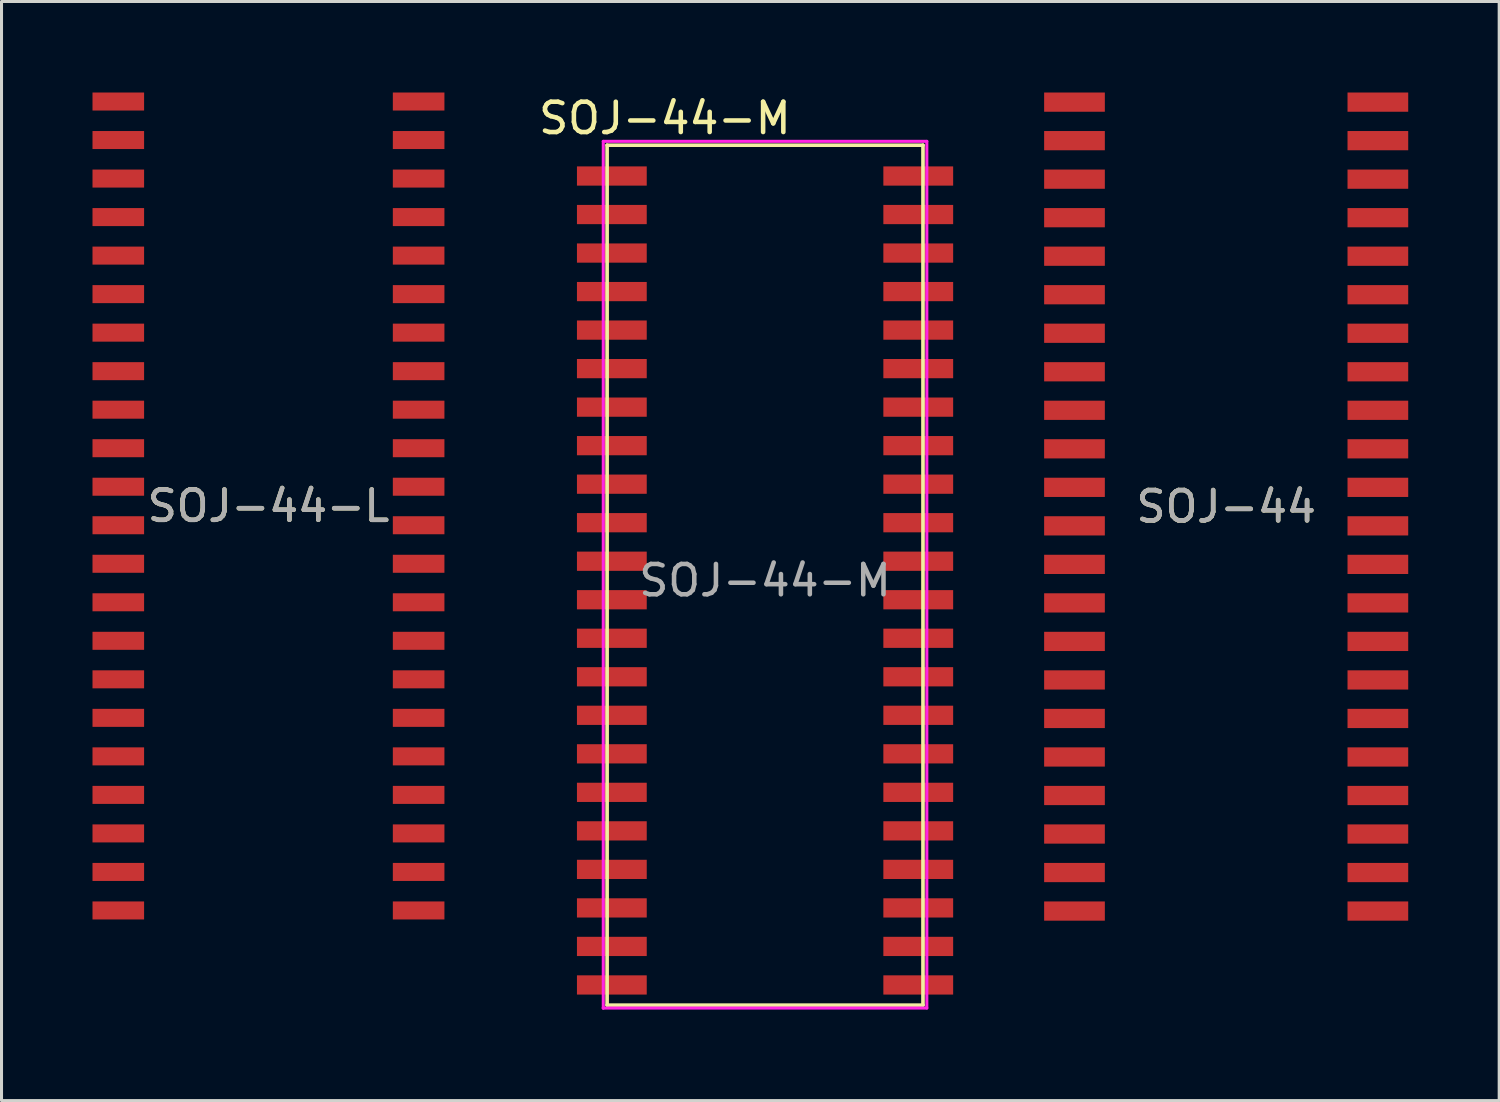
<source format=kicad_pcb>
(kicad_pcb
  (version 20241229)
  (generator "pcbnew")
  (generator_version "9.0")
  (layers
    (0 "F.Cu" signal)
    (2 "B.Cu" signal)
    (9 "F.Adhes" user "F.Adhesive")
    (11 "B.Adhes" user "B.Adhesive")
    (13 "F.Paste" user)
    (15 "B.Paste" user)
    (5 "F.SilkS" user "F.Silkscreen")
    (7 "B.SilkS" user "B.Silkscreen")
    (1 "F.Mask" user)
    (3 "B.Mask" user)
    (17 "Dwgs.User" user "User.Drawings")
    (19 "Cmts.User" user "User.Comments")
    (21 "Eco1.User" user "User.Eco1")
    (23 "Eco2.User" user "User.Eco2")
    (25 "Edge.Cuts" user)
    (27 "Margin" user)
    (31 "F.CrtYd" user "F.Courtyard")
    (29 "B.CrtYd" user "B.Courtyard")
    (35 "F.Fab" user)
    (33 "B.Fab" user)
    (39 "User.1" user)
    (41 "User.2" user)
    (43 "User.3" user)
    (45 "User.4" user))
  (footprint "SOJ-44-L"
    (layer "F.Cu")
    (at 5.801 13.632)
    (property "Reference" "SOJ-44-L" (at 0 0 0) (unlocked yes) (layer "F.SilkS") (effects (font (size 1 1) (thickness 0.15))))
    (attr smd)
    (fp_text user "${REFERENCE}" (at 0 0 0) (unlocked yes) (layer "F.Fab") (effects (font (size 1 1) (thickness 0.15))))
    (pad "1" smd rect (at -4.951 -13.335) (size 1.701 0.594) (layers "F.Cu" "F.Mask" "F.Paste"))
    (pad "2" smd rect (at -4.951 -12.065) (size 1.701 0.594) (layers "F.Cu" "F.Mask" "F.Paste"))
    (pad "3" smd rect (at -4.951 -10.795) (size 1.701 0.594) (layers "F.Cu" "F.Mask" "F.Paste"))
    (pad "4" smd rect (at -4.951 -9.525) (size 1.701 0.594) (layers "F.Cu" "F.Mask" "F.Paste"))
    (pad "5" smd rect (at -4.951 -8.255) (size 1.701 0.594) (layers "F.Cu" "F.Mask" "F.Paste"))
    (pad "6" smd rect (at -4.951 -6.985) (size 1.701 0.594) (layers "F.Cu" "F.Mask" "F.Paste"))
    (pad "7" smd rect (at -4.951 -5.715) (size 1.701 0.594) (layers "F.Cu" "F.Mask" "F.Paste"))
    (pad "8" smd rect (at -4.951 -4.445) (size 1.701 0.594) (layers "F.Cu" "F.Mask" "F.Paste"))
    (pad "9" smd rect (at -4.951 -3.175) (size 1.701 0.594) (layers "F.Cu" "F.Mask" "F.Paste"))
    (pad "10" smd rect (at -4.951 -1.905) (size 1.701 0.594) (layers "F.Cu" "F.Mask" "F.Paste"))
    (pad "11" smd rect (at -4.951 -0.635) (size 1.701 0.594) (layers "F.Cu" "F.Mask" "F.Paste"))
    (pad "12" smd rect (at -4.951 0.635) (size 1.701 0.594) (layers "F.Cu" "F.Mask" "F.Paste"))
    (pad "13" smd rect (at -4.951 1.905) (size 1.701 0.594) (layers "F.Cu" "F.Mask" "F.Paste"))
    (pad "14" smd rect (at -4.951 3.175) (size 1.701 0.594) (layers "F.Cu" "F.Mask" "F.Paste"))
    (pad "15" smd rect (at -4.951 4.445) (size 1.701 0.594) (layers "F.Cu" "F.Mask" "F.Paste"))
    (pad "16" smd rect (at -4.951 5.715) (size 1.701 0.594) (layers "F.Cu" "F.Mask" "F.Paste"))
    (pad "17" smd rect (at -4.951 6.985) (size 1.701 0.594) (layers "F.Cu" "F.Mask" "F.Paste"))
    (pad "18" smd rect (at -4.951 8.255) (size 1.701 0.594) (layers "F.Cu" "F.Mask" "F.Paste"))
    (pad "19" smd rect (at -4.951 9.525) (size 1.701 0.594) (layers "F.Cu" "F.Mask" "F.Paste"))
    (pad "20" smd rect (at -4.951 10.795) (size 1.701 0.594) (layers "F.Cu" "F.Mask" "F.Paste"))
    (pad "21" smd rect (at -4.951 12.065) (size 1.701 0.594) (layers "F.Cu" "F.Mask" "F.Paste"))
    (pad "22" smd rect (at -4.951 13.335) (size 1.701 0.594) (layers "F.Cu" "F.Mask" "F.Paste"))
    (pad "23" smd rect (at 4.951 13.335) (size 1.701 0.594) (layers "F.Cu" "F.Mask" "F.Paste"))
    (pad "24" smd rect (at 4.951 12.065) (size 1.701 0.594) (layers "F.Cu" "F.Mask" "F.Paste"))
    (pad "25" smd rect (at 4.951 10.795) (size 1.701 0.594) (layers "F.Cu" "F.Mask" "F.Paste"))
    (pad "26" smd rect (at 4.951 9.525) (size 1.701 0.594) (layers "F.Cu" "F.Mask" "F.Paste"))
    (pad "27" smd rect (at 4.951 8.255) (size 1.701 0.594) (layers "F.Cu" "F.Mask" "F.Paste"))
    (pad "28" smd rect (at 4.951 6.985) (size 1.701 0.594) (layers "F.Cu" "F.Mask" "F.Paste"))
    (pad "29" smd rect (at 4.951 5.715) (size 1.701 0.594) (layers "F.Cu" "F.Mask" "F.Paste"))
    (pad "30" smd rect (at 4.951 4.445) (size 1.701 0.594) (layers "F.Cu" "F.Mask" "F.Paste"))
    (pad "31" smd rect (at 4.951 3.175) (size 1.701 0.594) (layers "F.Cu" "F.Mask" "F.Paste"))
    (pad "32" smd rect (at 4.951 1.905) (size 1.701 0.594) (layers "F.Cu" "F.Mask" "F.Paste"))
    (pad "33" smd rect (at 4.951 0.635) (size 1.701 0.594) (layers "F.Cu" "F.Mask" "F.Paste"))
    (pad "34" smd rect (at 4.951 -0.635) (size 1.701 0.594) (layers "F.Cu" "F.Mask" "F.Paste"))
    (pad "35" smd rect (at 4.951 -1.905) (size 1.701 0.594) (layers "F.Cu" "F.Mask" "F.Paste"))
    (pad "36" smd rect (at 4.951 -3.175) (size 1.701 0.594) (layers "F.Cu" "F.Mask" "F.Paste"))
    (pad "37" smd rect (at 4.951 -4.445) (size 1.701 0.594) (layers "F.Cu" "F.Mask" "F.Paste"))
    (pad "38" smd rect (at 4.951 -5.715) (size 1.701 0.594) (layers "F.Cu" "F.Mask" "F.Paste"))
    (pad "39" smd rect (at 4.951 -6.985) (size 1.701 0.594) (layers "F.Cu" "F.Mask" "F.Paste"))
    (pad "40" smd rect (at 4.951 -8.255) (size 1.701 0.594) (layers "F.Cu" "F.Mask" "F.Paste"))
    (pad "41" smd rect (at 4.951 -9.525) (size 1.701 0.594) (layers "F.Cu" "F.Mask" "F.Paste"))
    (pad "42" smd rect (at 4.951 -10.795) (size 1.701 0.594) (layers "F.Cu" "F.Mask" "F.Paste"))
    (pad "43" smd rect (at 4.951 -12.065) (size 1.701 0.594) (layers "F.Cu" "F.Mask" "F.Paste"))
    (pad "44" smd rect (at 4.951 -13.335) (size 1.701 0.594) (layers "F.Cu" "F.Mask" "F.Paste")))
  (footprint "SOJ-44-M"
    (layer "F.Cu")
    (at 22.173 16.088)
    (property "Reference" "SOJ-44-M" (at -3.302 -15.24 0) (unlocked yes) (layer "F.SilkS") (effects (font (size 1 1) (thickness 0.15))))
    (attr smd)
    (fp_line (start -5.207 -14.351) (end -5.207 14) (stroke (width 0.12) (type solid)) (layer "F.SilkS"))
    (fp_line (start -5.207 -14.351) (end 5.207 -14.351) (stroke (width 0.12) (type solid)) (layer "F.SilkS"))
    (fp_line (start -5.207 14) (end 5.207 14) (stroke (width 0.12) (type solid)) (layer "F.SilkS"))
    (fp_line (start 5.207 -14.351) (end 5.207 14) (stroke (width 0.12) (type solid)) (layer "F.SilkS"))
    (fp_line (start -5.334 -14.478) (end -5.334 14.097) (stroke (width 0.1) (type solid)) (layer "F.CrtYd"))
    (fp_line (start -5.334 -14.478) (end 5.334 -14.478) (stroke (width 0.1) (type solid)) (layer "F.CrtYd"))
    (fp_line (start -5.334 14.097) (end -5.334 14.097) (stroke (width 0.1) (type solid)) (layer "F.CrtYd"))
    (fp_line (start -5.334 14.097) (end 5.334 14.097) (stroke (width 0.1) (type solid)) (layer "F.CrtYd"))
    (fp_line (start 5.334 -14.478) (end 5.334 14.097) (stroke (width 0.1) (type solid)) (layer "F.CrtYd"))
    (fp_text user "${REFERENCE}" (at 0 0 0) (unlocked yes) (layer "F.Fab") (effects (font (size 1 1) (thickness 0.15))))
    (pad "1" smd rect (at -5.051 -13.335) (size 2.301 0.634) (layers "F.Cu" "F.Mask" "F.Paste"))
    (pad "2" smd rect (at -5.051 -12.065) (size 2.301 0.634) (layers "F.Cu" "F.Mask" "F.Paste"))
    (pad "3" smd rect (at -5.051 -10.795) (size 2.301 0.634) (layers "F.Cu" "F.Mask" "F.Paste"))
    (pad "4" smd rect (at -5.051 -9.525) (size 2.301 0.634) (layers "F.Cu" "F.Mask" "F.Paste"))
    (pad "5" smd rect (at -5.051 -8.255) (size 2.301 0.634) (layers "F.Cu" "F.Mask" "F.Paste"))
    (pad "6" smd rect (at -5.051 -6.985) (size 2.301 0.634) (layers "F.Cu" "F.Mask" "F.Paste"))
    (pad "7" smd rect (at -5.051 -5.715) (size 2.301 0.634) (layers "F.Cu" "F.Mask" "F.Paste"))
    (pad "8" smd rect (at -5.051 -4.445) (size 2.301 0.634) (layers "F.Cu" "F.Mask" "F.Paste"))
    (pad "9" smd rect (at -5.051 -3.175) (size 2.301 0.634) (layers "F.Cu" "F.Mask" "F.Paste"))
    (pad "10" smd rect (at -5.051 -1.905) (size 2.301 0.634) (layers "F.Cu" "F.Mask" "F.Paste"))
    (pad "11" smd rect (at -5.051 -0.635) (size 2.301 0.634) (layers "F.Cu" "F.Mask" "F.Paste"))
    (pad "12" smd rect (at -5.051 0.635) (size 2.301 0.634) (layers "F.Cu" "F.Mask" "F.Paste"))
    (pad "13" smd rect (at -5.051 1.905) (size 2.301 0.634) (layers "F.Cu" "F.Mask" "F.Paste"))
    (pad "14" smd rect (at -5.051 3.175) (size 2.301 0.634) (layers "F.Cu" "F.Mask" "F.Paste"))
    (pad "15" smd rect (at -5.051 4.445) (size 2.301 0.634) (layers "F.Cu" "F.Mask" "F.Paste"))
    (pad "16" smd rect (at -5.051 5.715) (size 2.301 0.634) (layers "F.Cu" "F.Mask" "F.Paste"))
    (pad "17" smd rect (at -5.051 6.985) (size 2.301 0.634) (layers "F.Cu" "F.Mask" "F.Paste"))
    (pad "18" smd rect (at -5.051 8.255) (size 2.301 0.634) (layers "F.Cu" "F.Mask" "F.Paste"))
    (pad "19" smd rect (at -5.051 9.525) (size 2.301 0.634) (layers "F.Cu" "F.Mask" "F.Paste"))
    (pad "20" smd rect (at -5.051 10.795) (size 2.301 0.634) (layers "F.Cu" "F.Mask" "F.Paste"))
    (pad "21" smd rect (at -5.051 12.065) (size 2.301 0.634) (layers "F.Cu" "F.Mask" "F.Paste"))
    (pad "22" smd rect (at -5.051 13.335) (size 2.301 0.634) (layers "F.Cu" "F.Mask" "F.Paste"))
    (pad "23" smd rect (at 5.051 13.335) (size 2.301 0.634) (layers "F.Cu" "F.Mask" "F.Paste"))
    (pad "24" smd rect (at 5.051 12.065) (size 2.301 0.634) (layers "F.Cu" "F.Mask" "F.Paste"))
    (pad "25" smd rect (at 5.051 10.795) (size 2.301 0.634) (layers "F.Cu" "F.Mask" "F.Paste"))
    (pad "26" smd rect (at 5.051 9.525) (size 2.301 0.634) (layers "F.Cu" "F.Mask" "F.Paste"))
    (pad "27" smd rect (at 5.051 8.255) (size 2.301 0.634) (layers "F.Cu" "F.Mask" "F.Paste"))
    (pad "28" smd rect (at 5.051 6.985) (size 2.301 0.634) (layers "F.Cu" "F.Mask" "F.Paste"))
    (pad "29" smd rect (at 5.051 5.715) (size 2.301 0.634) (layers "F.Cu" "F.Mask" "F.Paste"))
    (pad "30" smd rect (at 5.051 4.445) (size 2.301 0.634) (layers "F.Cu" "F.Mask" "F.Paste"))
    (pad "31" smd rect (at 5.051 3.175) (size 2.301 0.634) (layers "F.Cu" "F.Mask" "F.Paste"))
    (pad "32" smd rect (at 5.051 1.905) (size 2.301 0.634) (layers "F.Cu" "F.Mask" "F.Paste"))
    (pad "33" smd rect (at 5.051 0.635) (size 2.301 0.634) (layers "F.Cu" "F.Mask" "F.Paste"))
    (pad "34" smd rect (at 5.051 -0.635) (size 2.301 0.634) (layers "F.Cu" "F.Mask" "F.Paste"))
    (pad "35" smd rect (at 5.051 -1.905) (size 2.301 0.634) (layers "F.Cu" "F.Mask" "F.Paste"))
    (pad "36" smd rect (at 5.051 -3.175) (size 2.301 0.634) (layers "F.Cu" "F.Mask" "F.Paste"))
    (pad "37" smd rect (at 5.051 -4.445) (size 2.301 0.634) (layers "F.Cu" "F.Mask" "F.Paste"))
    (pad "38" smd rect (at 5.051 -5.715) (size 2.301 0.634) (layers "F.Cu" "F.Mask" "F.Paste"))
    (pad "39" smd rect (at 5.051 -6.985) (size 2.301 0.634) (layers "F.Cu" "F.Mask" "F.Paste"))
    (pad "40" smd rect (at 5.051 -8.255) (size 2.301 0.634) (layers "F.Cu" "F.Mask" "F.Paste"))
    (pad "41" smd rect (at 5.051 -9.525) (size 2.301 0.634) (layers "F.Cu" "F.Mask" "F.Paste"))
    (pad "42" smd rect (at 5.051 -10.795) (size 2.301 0.634) (layers "F.Cu" "F.Mask" "F.Paste"))
    (pad "43" smd rect (at 5.051 -12.065) (size 2.301 0.634) (layers "F.Cu" "F.Mask" "F.Paste"))
    (pad "44" smd rect (at 5.051 -13.335) (size 2.301 0.634) (layers "F.Cu" "F.Mask" "F.Paste")))
  (footprint "SOJ-44"
    (layer "F.Cu")
    (at 37.376 13.652)
    (property "Reference" "SOJ-44" (at 0 0 0) (unlocked yes) (layer "F.SilkS") (effects (font (size 1 1) (thickness 0.15))))
    (attr smd)
    (fp_text user "${REFERENCE}" (at 0 0 0) (unlocked yes) (layer "F.Fab") (effects (font (size 1 1) (thickness 0.15))))
    (pad "1" smd rect (at -5.001 -13.335) (size 2.001 0.634) (layers "F.Cu" "F.Mask" "F.Paste"))
    (pad "2" smd rect (at -5.001 -12.065) (size 2.001 0.634) (layers "F.Cu" "F.Mask" "F.Paste"))
    (pad "3" smd rect (at -5.001 -10.795) (size 2.001 0.634) (layers "F.Cu" "F.Mask" "F.Paste"))
    (pad "4" smd rect (at -5.001 -9.525) (size 2.001 0.634) (layers "F.Cu" "F.Mask" "F.Paste"))
    (pad "5" smd rect (at -5.001 -8.255) (size 2.001 0.634) (layers "F.Cu" "F.Mask" "F.Paste"))
    (pad "6" smd rect (at -5.001 -6.985) (size 2.001 0.634) (layers "F.Cu" "F.Mask" "F.Paste"))
    (pad "7" smd rect (at -5.001 -5.715) (size 2.001 0.634) (layers "F.Cu" "F.Mask" "F.Paste"))
    (pad "8" smd rect (at -5.001 -4.445) (size 2.001 0.634) (layers "F.Cu" "F.Mask" "F.Paste"))
    (pad "9" smd rect (at -5.001 -3.175) (size 2.001 0.634) (layers "F.Cu" "F.Mask" "F.Paste"))
    (pad "10" smd rect (at -5.001 -1.905) (size 2.001 0.634) (layers "F.Cu" "F.Mask" "F.Paste"))
    (pad "11" smd rect (at -5.001 -0.635) (size 2.001 0.634) (layers "F.Cu" "F.Mask" "F.Paste"))
    (pad "12" smd rect (at -5.001 0.635) (size 2.001 0.634) (layers "F.Cu" "F.Mask" "F.Paste"))
    (pad "13" smd rect (at -5.001 1.905) (size 2.001 0.634) (layers "F.Cu" "F.Mask" "F.Paste"))
    (pad "14" smd rect (at -5.001 3.175) (size 2.001 0.634) (layers "F.Cu" "F.Mask" "F.Paste"))
    (pad "15" smd rect (at -5.001 4.445) (size 2.001 0.634) (layers "F.Cu" "F.Mask" "F.Paste"))
    (pad "16" smd rect (at -5.001 5.715) (size 2.001 0.634) (layers "F.Cu" "F.Mask" "F.Paste"))
    (pad "17" smd rect (at -5.001 6.985) (size 2.001 0.634) (layers "F.Cu" "F.Mask" "F.Paste"))
    (pad "18" smd rect (at -5.001 8.255) (size 2.001 0.634) (layers "F.Cu" "F.Mask" "F.Paste"))
    (pad "19" smd rect (at -5.001 9.525) (size 2.001 0.634) (layers "F.Cu" "F.Mask" "F.Paste"))
    (pad "20" smd rect (at -5.001 10.795) (size 2.001 0.634) (layers "F.Cu" "F.Mask" "F.Paste"))
    (pad "21" smd rect (at -5.001 12.065) (size 2.001 0.634) (layers "F.Cu" "F.Mask" "F.Paste"))
    (pad "22" smd rect (at -5.001 13.335) (size 2.001 0.634) (layers "F.Cu" "F.Mask" "F.Paste"))
    (pad "23" smd rect (at 5.001 13.335) (size 2.001 0.634) (layers "F.Cu" "F.Mask" "F.Paste"))
    (pad "24" smd rect (at 5.001 12.065) (size 2.001 0.634) (layers "F.Cu" "F.Mask" "F.Paste"))
    (pad "25" smd rect (at 5.001 10.795) (size 2.001 0.634) (layers "F.Cu" "F.Mask" "F.Paste"))
    (pad "26" smd rect (at 5.001 9.525) (size 2.001 0.634) (layers "F.Cu" "F.Mask" "F.Paste"))
    (pad "27" smd rect (at 5.001 8.255) (size 2.001 0.634) (layers "F.Cu" "F.Mask" "F.Paste"))
    (pad "28" smd rect (at 5.001 6.985) (size 2.001 0.634) (layers "F.Cu" "F.Mask" "F.Paste"))
    (pad "29" smd rect (at 5.001 5.715) (size 2.001 0.634) (layers "F.Cu" "F.Mask" "F.Paste"))
    (pad "30" smd rect (at 5.001 4.445) (size 2.001 0.634) (layers "F.Cu" "F.Mask" "F.Paste"))
    (pad "31" smd rect (at 5.001 3.175) (size 2.001 0.634) (layers "F.Cu" "F.Mask" "F.Paste"))
    (pad "32" smd rect (at 5.001 1.905) (size 2.001 0.634) (layers "F.Cu" "F.Mask" "F.Paste"))
    (pad "33" smd rect (at 5.001 0.635) (size 2.001 0.634) (layers "F.Cu" "F.Mask" "F.Paste"))
    (pad "34" smd rect (at 5.001 -0.635) (size 2.001 0.634) (layers "F.Cu" "F.Mask" "F.Paste"))
    (pad "35" smd rect (at 5.001 -1.905) (size 2.001 0.634) (layers "F.Cu" "F.Mask" "F.Paste"))
    (pad "36" smd rect (at 5.001 -3.175) (size 2.001 0.634) (layers "F.Cu" "F.Mask" "F.Paste"))
    (pad "37" smd rect (at 5.001 -4.445) (size 2.001 0.634) (layers "F.Cu" "F.Mask" "F.Paste"))
    (pad "38" smd rect (at 5.001 -5.715) (size 2.001 0.634) (layers "F.Cu" "F.Mask" "F.Paste"))
    (pad "39" smd rect (at 5.001 -6.985) (size 2.001 0.634) (layers "F.Cu" "F.Mask" "F.Paste"))
    (pad "40" smd rect (at 5.001 -8.255) (size 2.001 0.634) (layers "F.Cu" "F.Mask" "F.Paste"))
    (pad "41" smd rect (at 5.001 -9.525) (size 2.001 0.634) (layers "F.Cu" "F.Mask" "F.Paste"))
    (pad "42" smd rect (at 5.001 -10.795) (size 2.001 0.634) (layers "F.Cu" "F.Mask" "F.Paste"))
    (pad "43" smd rect (at 5.001 -12.065) (size 2.001 0.634) (layers "F.Cu" "F.Mask" "F.Paste"))
    (pad "44" smd rect (at 5.001 -13.335) (size 2.001 0.634) (layers "F.Cu" "F.Mask" "F.Paste")))
  (gr_rect
    (start -3 -3)
    (end 46.377 33.235)
    (stroke (width 0.1) (type default))
    (fill no)
    (layer "Edge.Cuts")))
</source>
